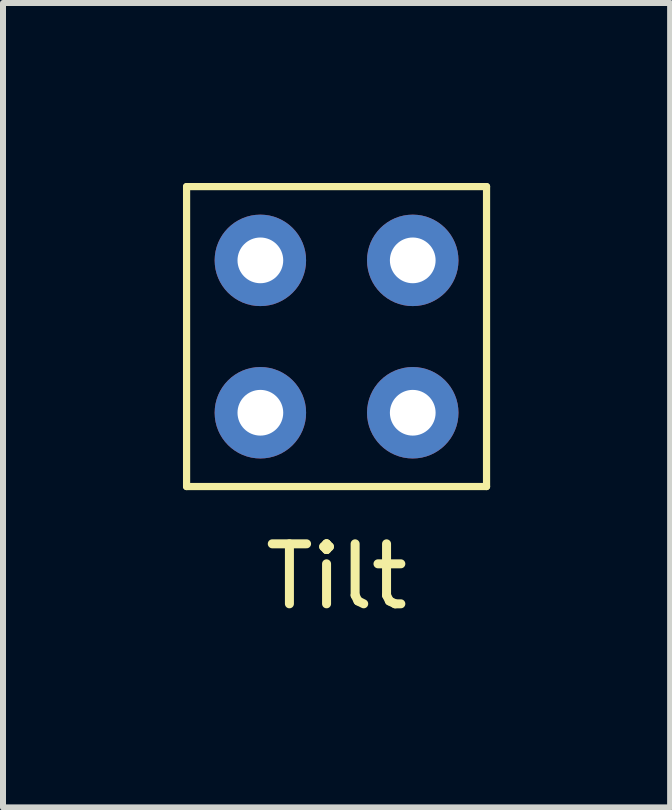
<source format=kicad_pcb>
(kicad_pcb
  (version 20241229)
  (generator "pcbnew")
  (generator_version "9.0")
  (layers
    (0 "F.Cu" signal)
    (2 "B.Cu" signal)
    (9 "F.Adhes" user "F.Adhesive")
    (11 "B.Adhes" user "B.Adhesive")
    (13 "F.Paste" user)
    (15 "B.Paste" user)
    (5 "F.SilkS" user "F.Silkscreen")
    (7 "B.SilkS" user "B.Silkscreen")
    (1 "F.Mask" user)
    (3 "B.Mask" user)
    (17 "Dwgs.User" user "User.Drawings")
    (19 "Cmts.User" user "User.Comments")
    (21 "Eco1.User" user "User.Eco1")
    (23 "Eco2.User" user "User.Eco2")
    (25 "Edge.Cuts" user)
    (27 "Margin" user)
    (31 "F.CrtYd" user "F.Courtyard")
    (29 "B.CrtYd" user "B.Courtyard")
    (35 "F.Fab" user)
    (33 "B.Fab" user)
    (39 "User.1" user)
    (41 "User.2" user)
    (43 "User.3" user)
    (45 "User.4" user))
  (footprint "Tilt"
    (layer "F.Cu")
    (at 2.56 2.56)
    (property "Reference" "Tilt" (at 0 4 0) (layer "F.SilkS") (effects (font (size 1 1) (thickness 0.15))))
    (attr through_hole)
    (fp_line (start -2.5 -2.5) (end 2.5 -2.5) (stroke (width 0.12) (type solid)) (layer "F.SilkS"))
    (fp_line (start -2.5 2.5) (end -2.5 -2.5) (stroke (width 0.12) (type solid)) (layer "F.SilkS"))
    (fp_line (start 2.5 -2.5) (end 2.5 2.5) (stroke (width 0.12) (type solid)) (layer "F.SilkS"))
    (fp_line (start 2.5 2.5) (end -2.5 2.5) (stroke (width 0.12) (type solid)) (layer "F.SilkS"))
    (pad "1" thru_hole circle (at 1.27 -1.27) (size 1.524 1.524) (drill 0.762) (layers "*.Cu" "*.Mask"))
    (pad "1" thru_hole circle (at 1.27 1.27) (size 1.524 1.524) (drill 0.762) (layers "*.Cu" "*.Mask"))
    (pad "2" thru_hole circle (at -1.27 -1.27) (size 1.524 1.524) (drill 0.762) (layers "*.Cu" "*.Mask"))
    (pad "2" thru_hole circle (at -1.27 1.27) (size 1.524 1.524) (drill 0.762) (layers "*.Cu" "*.Mask")))
  (gr_rect
    (start -3 -3)
    (end 8.12 10.408)
    (stroke (width 0.1) (type default))
    (fill no)
    (layer "Edge.Cuts")))
</source>
